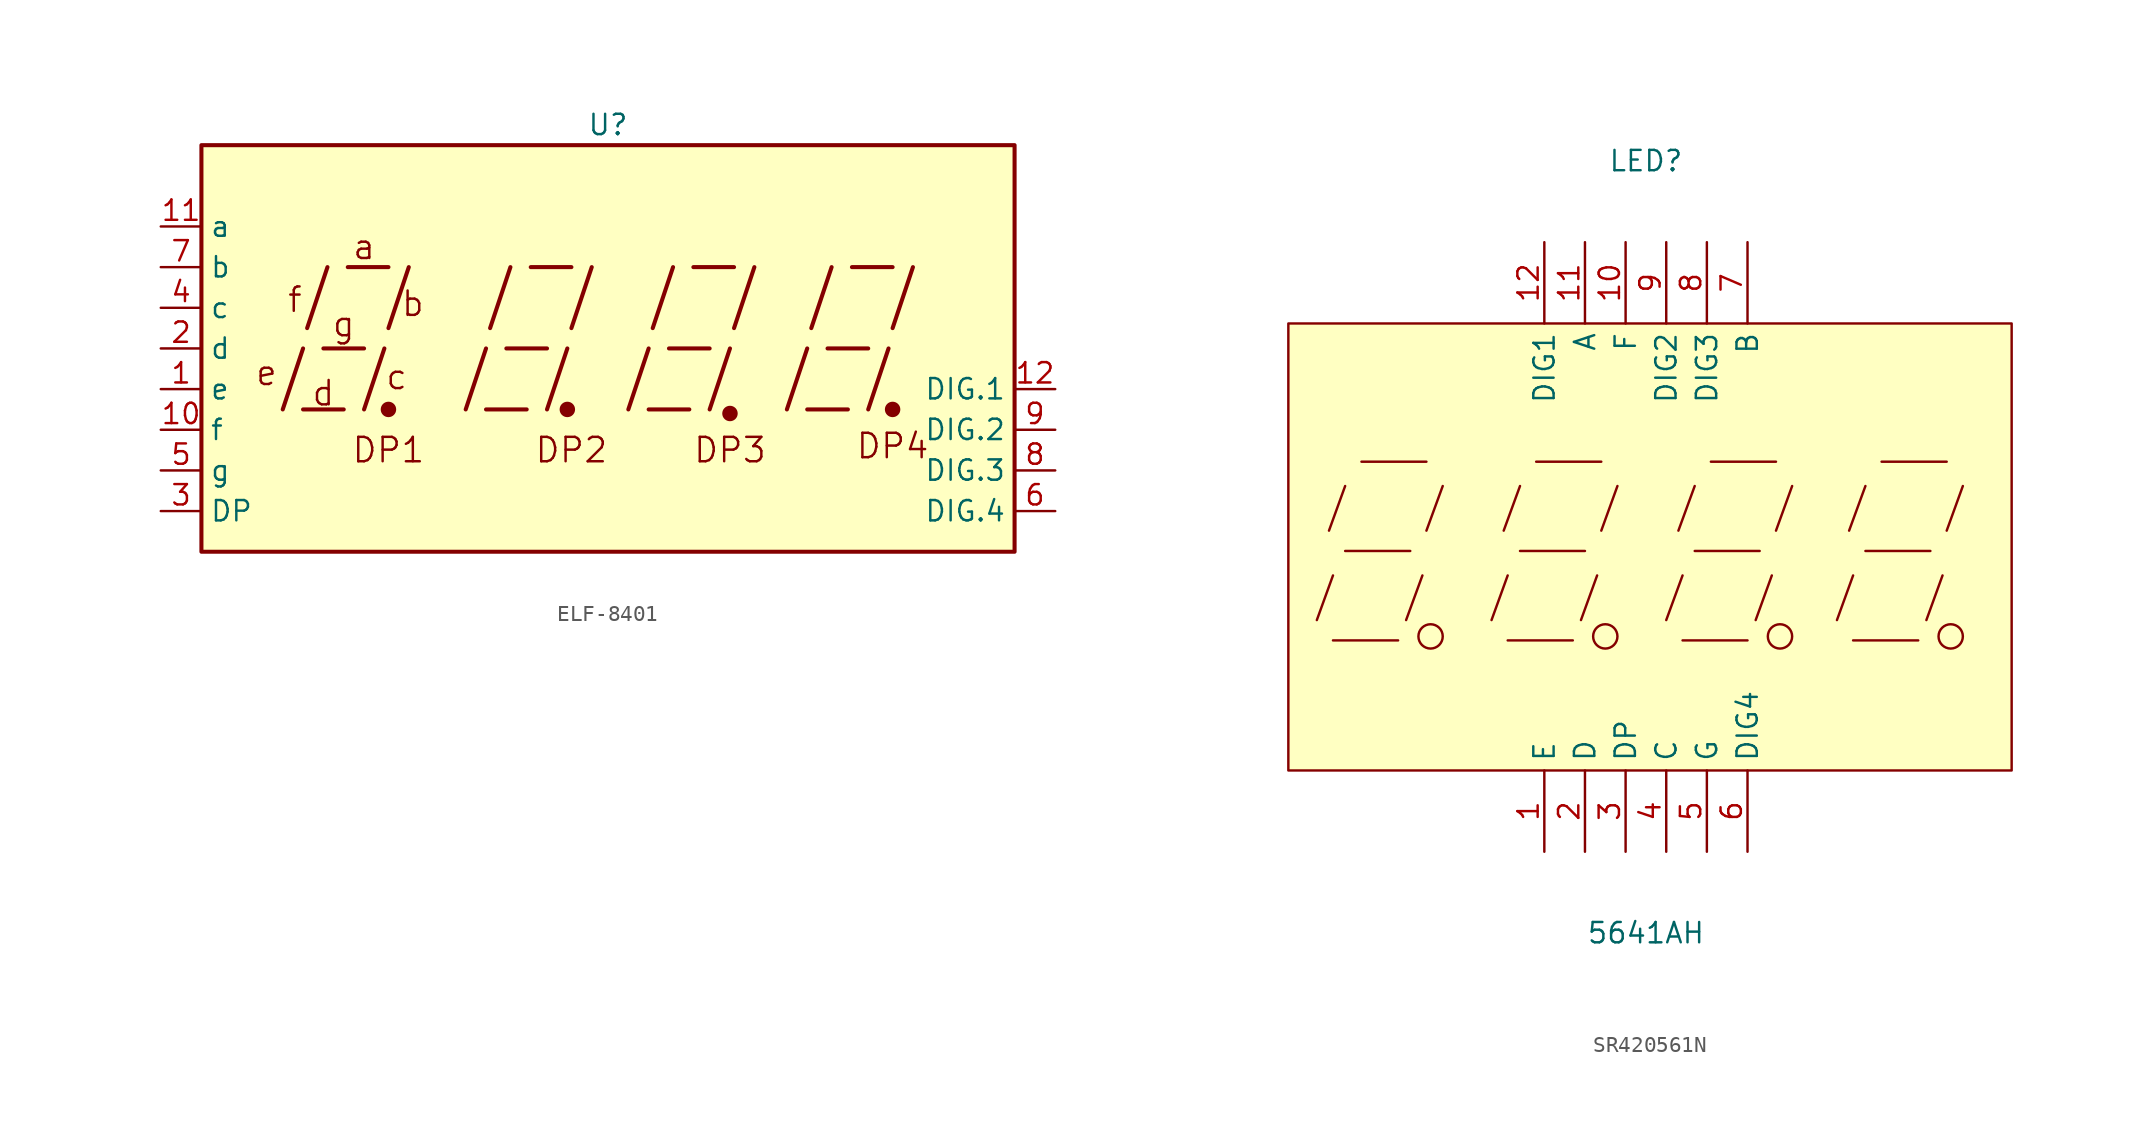
<source format=kicad_sym>
(kicad_symbol_lib
  (version 20241209)
  (generator "kicad_symbol_editor")
  (generator_version "9.0")
  (symbol "ELF-8401"
    (property "Reference" "U"
      (at 0 15.24 0)
      (effects (font (size 1.27 1.27))))
    (property "Value" ""
      (at 0 13.97 0)
      (effects (font (size 1.27 1.27))))
    (symbol "ELF-8401_0_0"
      (rectangle (start -25.4 13.97) (end 25.4 -11.43) (stroke (width 0.254) (type default)) (fill (type background)))
      (polyline (pts (xy -20.32 -2.54) (xy -19.05 1.27)) (stroke (width 0.254) (type default)) (fill (type none)))
      (polyline (pts (xy -19.05 -2.54) (xy -16.51 -2.54)) (stroke (width 0.254) (type default)) (fill (type none)))
      (polyline (pts (xy -18.796 2.54) (xy -17.526 6.35)) (stroke (width 0.254) (type default)) (fill (type none)))
      (polyline (pts (xy -17.78 1.27) (xy -15.24 1.27)) (stroke (width 0.254) (type default)) (fill (type none)))
      (polyline (pts (xy -16.256 6.35) (xy -13.716 6.35)) (stroke (width 0.254) (type default)) (fill (type none)))
      (polyline (pts (xy -15.24 -2.54) (xy -13.97 1.27)) (stroke (width 0.254) (type default)) (fill (type none)))
      (polyline (pts (xy -13.716 2.54) (xy -12.446 6.35)) (stroke (width 0.254) (type default)) (fill (type none)))
      (polyline (pts (xy -8.89 -2.54) (xy -7.62 1.27)) (stroke (width 0.254) (type default)) (fill (type none)))
      (polyline (pts (xy -7.62 -2.54) (xy -5.08 -2.54)) (stroke (width 0.254) (type default)) (fill (type none)))
      (polyline (pts (xy -7.366 2.54) (xy -6.096 6.35)) (stroke (width 0.254) (type default)) (fill (type none)))
      (polyline (pts (xy -6.35 1.27) (xy -3.81 1.27)) (stroke (width 0.254) (type default)) (fill (type none)))
      (polyline (pts (xy -4.826 6.35) (xy -2.286 6.35)) (stroke (width 0.254) (type default)) (fill (type none)))
      (polyline (pts (xy -3.81 -2.54) (xy -2.54 1.27)) (stroke (width 0.254) (type default)) (fill (type none)))
      (polyline (pts (xy -2.286 2.54) (xy -1.016 6.35)) (stroke (width 0.254) (type default)) (fill (type none)))
      (polyline (pts (xy 1.27 -2.54) (xy 2.54 1.27)) (stroke (width 0.254) (type default)) (fill (type none)))
      (polyline (pts (xy 2.54 -2.54) (xy 5.08 -2.54)) (stroke (width 0.254) (type default)) (fill (type none)))
      (polyline (pts (xy 2.794 2.54) (xy 4.064 6.35)) (stroke (width 0.254) (type default)) (fill (type none)))
      (polyline (pts (xy 3.81 1.27) (xy 6.35 1.27)) (stroke (width 0.254) (type default)) (fill (type none)))
      (polyline (pts (xy 5.334 6.35) (xy 7.874 6.35)) (stroke (width 0.254) (type default)) (fill (type none)))
      (polyline (pts (xy 6.35 -2.54) (xy 7.62 1.27)) (stroke (width 0.254) (type default)) (fill (type none)))
      (polyline (pts (xy 7.874 2.54) (xy 9.144 6.35)) (stroke (width 0.254) (type default)) (fill (type none)))
      (polyline (pts (xy 11.176 -2.54) (xy 12.446 1.27)) (stroke (width 0.254) (type default)) (fill (type none)))
      (polyline (pts (xy 12.446 -2.54) (xy 14.986 -2.54)) (stroke (width 0.254) (type default)) (fill (type none)))
      (polyline (pts (xy 12.7 2.54) (xy 13.97 6.35)) (stroke (width 0.254) (type default)) (fill (type none)))
      (polyline (pts (xy 13.716 1.27) (xy 16.256 1.27)) (stroke (width 0.254) (type default)) (fill (type none)))
      (polyline (pts (xy 15.24 6.35) (xy 17.78 6.35)) (stroke (width 0.254) (type default)) (fill (type none)))
      (polyline (pts (xy 16.256 -2.54) (xy 17.526 1.27)) (stroke (width 0.254) (type default)) (fill (type none)))
      (polyline (pts (xy 17.78 2.54) (xy 19.05 6.35)) (stroke (width 0.254) (type default)) (fill (type none)))
      (text "e" (at -21.336 -0.254 0) (effects (font (size 1.524 1.524))))
      (text "f" (at -19.558 4.318 0) (effects (font (size 1.524 1.524))))
      (text "d" (at -17.78 -1.524 0) (effects (font (size 1.524 1.524))))
      (text "g" (at -16.51 2.794 0) (effects (font (size 1.524 1.524))))
      (text "a" (at -15.24 7.62 0) (effects (font (size 1.524 1.524))))
      (text "DP1" (at -13.716 -5.08 0) (effects (font (size 1.524 1.524))))
      (text "c" (at -13.208 -0.508 0) (effects (font (size 1.524 1.524))))
      (text "b" (at -12.192 4.064 0) (effects (font (size 1.524 1.524))))
      (text "DP2" (at -2.286 -5.08 0) (effects (font (size 1.524 1.524))))
      (text "DP3" (at 7.62 -5.08 0) (effects (font (size 1.524 1.524))))
      (text "DP4" (at 17.78 -4.826 0) (effects (font (size 1.524 1.524)))))
    (symbol "ELF-8401_0_1"
      (circle (center -13.716 -2.54) (radius 0.356) (stroke (width 0.254) (type default)) (fill (type outline)))
      (circle (center -2.54 -2.54) (radius 0.356) (stroke (width 0.254) (type default)) (fill (type outline))))
    (symbol "ELF-8401_1_0"
      (circle (center 7.62 -2.794) (radius 0.356) (stroke (width 0.254) (type default)) (fill (type outline)))
      (circle (center 17.78 -2.54) (radius 0.356) (stroke (width 0.254) (type default)) (fill (type outline))))
    (symbol "ELF-8401_1_1"
      (pin input line (at -27.94 8.89 0) (length 2.54) (name "a" (effects (font (size 1.27 1.27)))) (number "11" (effects (font (size 1.27 1.27)))))
      (pin input line (at -27.94 6.35 0) (length 2.54) (name "b" (effects (font (size 1.27 1.27)))) (number "7" (effects (font (size 1.27 1.27)))))
      (pin input line (at -27.94 3.81 0) (length 2.54) (name "c" (effects (font (size 1.27 1.27)))) (number "4" (effects (font (size 1.27 1.27)))))
      (pin input line (at -27.94 1.27 0) (length 2.54) (name "d" (effects (font (size 1.27 1.27)))) (number "2" (effects (font (size 1.27 1.27)))))
      (pin input line (at -27.94 -1.27 0) (length 2.54) (name "e" (effects (font (size 1.27 1.27)))) (number "1" (effects (font (size 1.27 1.27)))))
      (pin input line (at -27.94 -3.81 0) (length 2.54) (name "f" (effects (font (size 1.27 1.27)))) (number "10" (effects (font (size 1.27 1.27)))))
      (pin input line (at -27.94 -6.35 0) (length 2.54) (name "g" (effects (font (size 1.27 1.27)))) (number "5" (effects (font (size 1.27 1.27)))))
      (pin input line (at -27.94 -8.89 0) (length 2.54) (name "DP" (effects (font (size 1.27 1.27)))) (number "3" (effects (font (size 1.27 1.27)))))
      (pin input line (at 27.94 -1.27 180) (length 2.54) (name "DIG.1" (effects (font (size 1.27 1.27)))) (number "12" (effects (font (size 1.27 1.27)))))
      (pin input line (at 27.94 -3.81 180) (length 2.54) (name "DIG.2" (effects (font (size 1.27 1.27)))) (number "9" (effects (font (size 1.27 1.27)))))
      (pin input line (at 27.94 -6.35 180) (length 2.54) (name "DIG.3" (effects (font (size 1.27 1.27)))) (number "8" (effects (font (size 1.27 1.27)))))
      (pin input line (at 27.94 -8.89 180) (length 2.54) (name "DIG.4" (effects (font (size 1.27 1.27)))) (number "6" (effects (font (size 1.27 1.27)))))))
  (symbol "SR420561N"
    (property "Reference" "LED"
      (at 0 24.13 0)
      (effects (font (size 1.27 1.27))))
    (property "Value" "5641AH"
      (at 0 -24.13 0)
      (effects (font (size 1.27 1.27))))
    (symbol "SR420561N_0_1"
      (rectangle (start -22.35 13.97) (end 22.86 -13.97) (stroke (width 0) (type default)) (fill (type background)))
      (polyline (pts (xy -19.56 -1.78) (xy -20.57 -4.57)) (stroke (width 0) (type default)) (fill (type none)))
      (polyline (pts (xy -19.56 -5.84) (xy -15.49 -5.84)) (stroke (width 0) (type default)) (fill (type none)))
      (polyline (pts (xy -18.8 3.81) (xy -19.81 1.02)) (stroke (width 0) (type default)) (fill (type none)))
      (polyline (pts (xy -18.8 -0.25) (xy -14.73 -0.25)) (stroke (width 0) (type default)) (fill (type none)))
      (polyline (pts (xy -17.78 5.33) (xy -13.72 5.33)) (stroke (width 0) (type default)) (fill (type none)))
      (polyline (pts (xy -13.97 -1.78) (xy -14.99 -4.57)) (stroke (width 0) (type default)) (fill (type none)))
      (circle (center -13.46 -5.59) (radius 0.76) (stroke (width 0) (type default)) (fill (type none)))
      (polyline (pts (xy -12.7 3.81) (xy -13.72 1.02)) (stroke (width 0) (type default)) (fill (type none)))
      (polyline (pts (xy -8.64 -1.78) (xy -9.65 -4.57)) (stroke (width 0) (type default)) (fill (type none)))
      (polyline (pts (xy -8.64 -5.84) (xy -4.57 -5.84)) (stroke (width 0) (type default)) (fill (type none)))
      (polyline (pts (xy -7.87 3.81) (xy -8.89 1.02)) (stroke (width 0) (type default)) (fill (type none)))
      (polyline (pts (xy -7.87 -0.25) (xy -3.81 -0.25)) (stroke (width 0) (type default)) (fill (type none)))
      (polyline (pts (xy -6.86 5.33) (xy -2.79 5.33)) (stroke (width 0) (type default)) (fill (type none)))
      (polyline (pts (xy -3.05 -1.78) (xy -4.06 -4.57)) (stroke (width 0) (type default)) (fill (type none)))
      (circle (center -2.54 -5.59) (radius 0.76) (stroke (width 0) (type default)) (fill (type none)))
      (polyline (pts (xy -1.78 3.81) (xy -2.79 1.02)) (stroke (width 0) (type default)) (fill (type none)))
      (polyline (pts (xy 2.29 -1.78) (xy 1.27 -4.57)) (stroke (width 0) (type default)) (fill (type none)))
      (polyline (pts (xy 2.29 -5.84) (xy 6.35 -5.84)) (stroke (width 0) (type default)) (fill (type none)))
      (polyline (pts (xy 3.05 3.81) (xy 2.03 1.02)) (stroke (width 0) (type default)) (fill (type none)))
      (polyline (pts (xy 3.05 -0.25) (xy 7.11 -0.25)) (stroke (width 0) (type default)) (fill (type none)))
      (polyline (pts (xy 4.06 5.33) (xy 8.13 5.33)) (stroke (width 0) (type default)) (fill (type none)))
      (polyline (pts (xy 7.87 -1.78) (xy 6.86 -4.57)) (stroke (width 0) (type default)) (fill (type none)))
      (circle (center 8.38 -5.59) (radius 0.76) (stroke (width 0) (type default)) (fill (type none)))
      (polyline (pts (xy 9.14 3.81) (xy 8.13 1.02)) (stroke (width 0) (type default)) (fill (type none)))
      (polyline (pts (xy 12.95 -1.78) (xy 11.94 -4.57)) (stroke (width 0) (type default)) (fill (type none)))
      (polyline (pts (xy 12.95 -5.84) (xy 17.02 -5.84)) (stroke (width 0) (type default)) (fill (type none)))
      (polyline (pts (xy 13.72 3.81) (xy 12.7 1.02)) (stroke (width 0) (type default)) (fill (type none)))
      (polyline (pts (xy 13.72 -0.25) (xy 17.78 -0.25)) (stroke (width 0) (type default)) (fill (type none)))
      (polyline (pts (xy 14.73 5.33) (xy 18.8 5.33)) (stroke (width 0) (type default)) (fill (type none)))
      (polyline (pts (xy 18.54 -1.78) (xy 17.53 -4.57)) (stroke (width 0) (type default)) (fill (type none)))
      (circle (center 19.05 -5.59) (radius 0.76) (stroke (width 0) (type default)) (fill (type none)))
      (polyline (pts (xy 19.81 3.81) (xy 18.8 1.02)) (stroke (width 0) (type default)) (fill (type none)))
      (pin input line (at -6.35 19.05 270) (length 5.08) (name "DIG1" (effects (font (size 1.27 1.27)))) (number "12" (effects (font (size 1.27 1.27)))))
      (pin input line (at -6.35 -19.05 90) (length 5.08) (name "E" (effects (font (size 1.27 1.27)))) (number "1" (effects (font (size 1.27 1.27)))))
      (pin input line (at -3.81 19.05 270) (length 5.08) (name "A" (effects (font (size 1.27 1.27)))) (number "11" (effects (font (size 1.27 1.27)))))
      (pin input line (at -3.81 -19.05 90) (length 5.08) (name "D" (effects (font (size 1.27 1.27)))) (number "2" (effects (font (size 1.27 1.27)))))
      (pin input line (at -1.27 19.05 270) (length 5.08) (name "F" (effects (font (size 1.27 1.27)))) (number "10" (effects (font (size 1.27 1.27)))))
      (pin input line (at -1.27 -19.05 90) (length 5.08) (name "DP" (effects (font (size 1.27 1.27)))) (number "3" (effects (font (size 1.27 1.27)))))
      (pin input line (at 1.27 19.05 270) (length 5.08) (name "DIG2" (effects (font (size 1.27 1.27)))) (number "9" (effects (font (size 1.27 1.27)))))
      (pin input line (at 1.27 -19.05 90) (length 5.08) (name "C" (effects (font (size 1.27 1.27)))) (number "4" (effects (font (size 1.27 1.27)))))
      (pin input line (at 3.81 19.05 270) (length 5.08) (name "DIG3" (effects (font (size 1.27 1.27)))) (number "8" (effects (font (size 1.27 1.27)))))
      (pin input line (at 3.81 -19.05 90) (length 5.08) (name "G" (effects (font (size 1.27 1.27)))) (number "5" (effects (font (size 1.27 1.27)))))
      (pin input line (at 6.35 19.05 270) (length 5.08) (name "B" (effects (font (size 1.27 1.27)))) (number "7" (effects (font (size 1.27 1.27)))))
      (pin input line (at 6.35 -19.05 90) (length 5.08) (name "DIG4" (effects (font (size 1.27 1.27)))) (number "6" (effects (font (size 1.27 1.27))))))))
</source>
